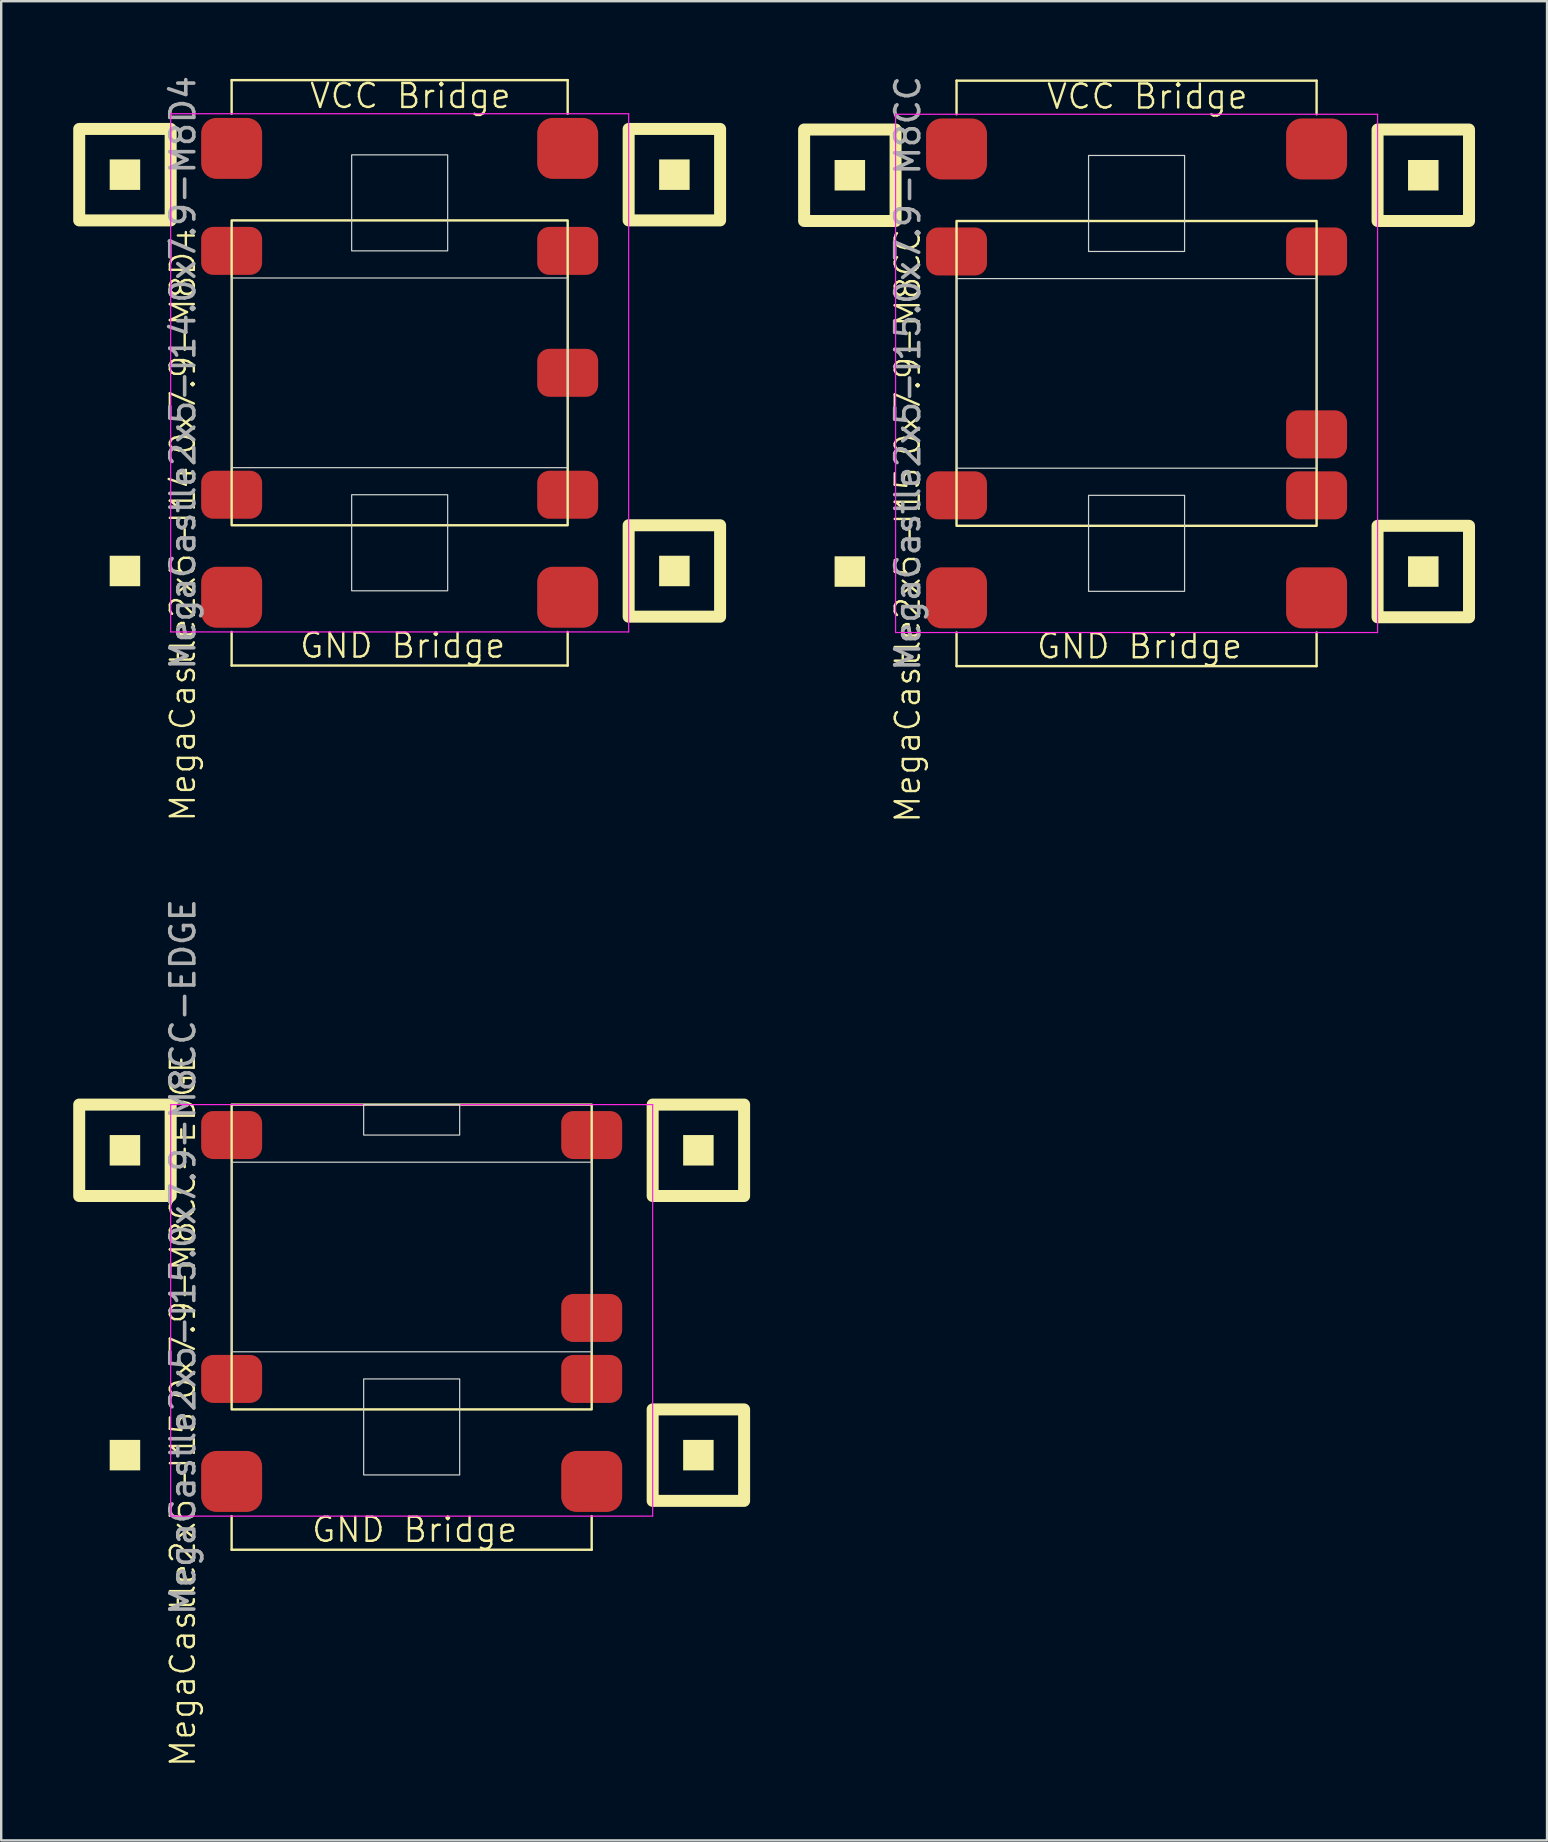
<source format=kicad_pcb>
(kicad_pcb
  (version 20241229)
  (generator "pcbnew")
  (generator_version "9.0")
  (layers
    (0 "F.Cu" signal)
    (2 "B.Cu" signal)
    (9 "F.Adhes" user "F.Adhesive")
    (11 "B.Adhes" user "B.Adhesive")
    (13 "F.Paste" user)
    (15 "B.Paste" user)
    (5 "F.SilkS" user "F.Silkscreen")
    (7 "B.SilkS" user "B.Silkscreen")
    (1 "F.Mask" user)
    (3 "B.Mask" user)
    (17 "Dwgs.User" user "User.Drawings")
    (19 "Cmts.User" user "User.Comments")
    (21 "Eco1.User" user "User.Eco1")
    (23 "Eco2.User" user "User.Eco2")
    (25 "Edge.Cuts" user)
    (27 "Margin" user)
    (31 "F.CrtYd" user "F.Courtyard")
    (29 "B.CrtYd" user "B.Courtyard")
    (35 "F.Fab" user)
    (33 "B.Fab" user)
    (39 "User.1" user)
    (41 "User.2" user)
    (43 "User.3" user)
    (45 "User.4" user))
  (footprint "MegaCastle2x5-I15.0x7.9-M8CC"
    (layer "F.Cu")
    (at 44.3 12.506)
    (property "Reference" "MegaCastle2x5-I15.0x7.9-M8CC" (at -9.532 6.35 90) (unlocked yes) (layer "F.SilkS") (effects (font (size 1 1) (thickness 0.1))))
    (attr smd)
    (fp_line (start -7.5 -12.195) (end 7.5 -12.195) (stroke (width 0.1) (type default)) (layer "F.SilkS"))
    (fp_line (start -7.5 -10.795) (end -7.5 -12.195) (stroke (width 0.1) (type default)) (layer "F.SilkS"))
    (fp_line (start -7.5 10.795) (end -7.5 12.195) (stroke (width 0.1) (type default)) (layer "F.SilkS"))
    (fp_line (start -7.5 12.195) (end 7.5 12.195) (stroke (width 0.1) (type default)) (layer "F.SilkS"))
    (fp_line (start 7.5 -10.795) (end 7.5 -12.195) (stroke (width 0.1) (type default)) (layer "F.SilkS"))
    (fp_line (start 7.5 10.795) (end 7.5 12.195) (stroke (width 0.1) (type default)) (layer "F.SilkS"))
    (fp_rect (start -11.31 -7.62) (end -12.58 -8.89) (stroke (width 0) (type solid)) (fill yes) (layer "F.SilkS"))
    (fp_rect (start -11.31 8.89) (end -12.58 7.62) (stroke (width 0) (type solid)) (fill yes) (layer "F.SilkS"))
    (fp_rect (start -10.04 -6.35) (end -13.85 -10.16) (stroke (width 0.5) (type default)) (fill no) (layer "F.SilkS"))
    (fp_rect (start -7.5 -6.35) (end 7.5 6.35) (stroke (width 0.1) (type default)) (fill no) (layer "F.SilkS"))
    (fp_rect (start 12.58 -7.62) (end 11.31 -8.89) (stroke (width 0) (type solid)) (fill yes) (layer "F.SilkS"))
    (fp_rect (start 12.58 8.89) (end 11.31 7.62) (stroke (width 0) (type solid)) (fill yes) (layer "F.SilkS"))
    (fp_rect (start 13.85 -6.35) (end 10.04 -10.16) (stroke (width 0.5) (type default)) (fill no) (layer "F.SilkS"))
    (fp_rect (start 13.85 10.16) (end 10.04 6.35) (stroke (width 0.5) (type default)) (fill no) (layer "F.SilkS"))
    (fp_rect (start -7.5 -3.95) (end 7.5 3.95) (stroke (width 0.05) (type default)) (fill no) (layer "Edge.Cuts"))
    (fp_rect (start -2 -5.08) (end 2 -9.08) (stroke (width 0.05) (type default)) (fill no) (layer "Edge.Cuts"))
    (fp_rect (start -2 5.08) (end 2 9.08) (stroke (width 0.05) (type default)) (fill no) (layer "Edge.Cuts"))
    (fp_line (start -10.04 -10.795) (end -10.04 10.795) (stroke (width 0.05) (type default)) (layer "F.CrtYd"))
    (fp_line (start -10.04 10.795) (end 10.04 10.795) (stroke (width 0.05) (type default)) (layer "F.CrtYd"))
    (fp_line (start 10.04 -10.795) (end -10.04 -10.795) (stroke (width 0.05) (type default)) (layer "F.CrtYd"))
    (fp_line (start 10.04 -10.795) (end 10.04 10.795) (stroke (width 0.05) (type default)) (layer "F.CrtYd"))
    (fp_text user "GND Bridge" (at -4.226 11.95 0) (unlocked yes) (layer "F.SilkS") (effects (font (size 1 1) (thickness 0.1)) (justify left bottom)))
    (fp_text user "VCC Bridge" (at -3.81 -10.95 0) (unlocked yes) (layer "F.SilkS") (effects (font (size 1 1) (thickness 0.1)) (justify left bottom)))
    (fp_text user "${REFERENCE}" (at -9.532 0 90) (unlocked yes) (layer "F.Fab") (effects (font (size 1 1) (thickness 0.15))))
    (pad "1" smd roundrect (at -7.5 -5.08) (size 2.54 2) (layers "F.Cu" "F.Mask" "F.Paste") (roundrect_rratio 0.25))
    (pad "5" smd roundrect (at -7.5 5.08) (size 2.54 2) (layers "F.Cu" "F.Mask" "F.Paste") (roundrect_rratio 0.25))
    (pad "6" smd roundrect (at 7.5 -5.08) (size 2.54 2) (layers "F.Cu" "F.Mask" "F.Paste") (roundrect_rratio 0.25))
    (pad "9" smd roundrect (at 7.5 2.54) (size 2.54 2) (layers "F.Cu" "F.Mask" "F.Paste") (roundrect_rratio 0.25))
    (pad "10" smd roundrect (at 7.5 5.08) (size 2.54 2) (layers "F.Cu" "F.Mask" "F.Paste") (roundrect_rratio 0.25))
    (pad "A1" smd roundrect (at -7.5 -9.35) (size 2.54 2.54) (layers "F.Cu" "F.Mask" "F.Paste") (roundrect_rratio 0.25))
    (pad "A2" smd roundrect (at 7.5 -9.35) (size 2.54 2.54) (layers "F.Cu" "F.Mask" "F.Paste") (roundrect_rratio 0.25))
    (pad "B1" smd roundrect (at -7.5 9.35) (size 2.54 2.54) (layers "F.Cu" "F.Mask" "F.Paste") (roundrect_rratio 0.25))
    (pad "B2" smd roundrect (at 7.5 9.35) (size 2.54 2.54) (layers "F.Cu" "F.Mask" "F.Paste") (roundrect_rratio 0.25)))
  (footprint "MegaCastle2x5-I14.0x7.9-M8D4"
    (layer "F.Cu")
    (at 13.6 12.482)
    (property "Reference" "MegaCastle2x5-I14.0x7.9-M8D4" (at -9.032 6.35 90) (unlocked yes) (layer "F.SilkS") (effects (font (size 1 1) (thickness 0.1))))
    (attr smd)
    (fp_line (start -7 -12.195) (end 7 -12.195) (stroke (width 0.1) (type default)) (layer "F.SilkS"))
    (fp_line (start -7 -10.795) (end -7 -12.195) (stroke (width 0.1) (type default)) (layer "F.SilkS"))
    (fp_line (start -7 10.795) (end -7 12.195) (stroke (width 0.1) (type default)) (layer "F.SilkS"))
    (fp_line (start -7 12.195) (end 7 12.195) (stroke (width 0.1) (type default)) (layer "F.SilkS"))
    (fp_line (start 7 -10.795) (end 7 -12.195) (stroke (width 0.1) (type default)) (layer "F.SilkS"))
    (fp_line (start 7 10.795) (end 7 12.195) (stroke (width 0.1) (type default)) (layer "F.SilkS"))
    (fp_rect (start -10.81 -7.62) (end -12.08 -8.89) (stroke (width 0) (type solid)) (fill yes) (layer "F.SilkS"))
    (fp_rect (start -10.81 8.89) (end -12.08 7.62) (stroke (width 0) (type solid)) (fill yes) (layer "F.SilkS"))
    (fp_rect (start -9.54 -6.35) (end -13.35 -10.16) (stroke (width 0.5) (type default)) (fill no) (layer "F.SilkS"))
    (fp_rect (start -7 -6.35) (end 7 6.35) (stroke (width 0.1) (type default)) (fill no) (layer "F.SilkS"))
    (fp_rect (start 12.08 -7.62) (end 10.81 -8.89) (stroke (width 0) (type solid)) (fill yes) (layer "F.SilkS"))
    (fp_rect (start 12.08 8.89) (end 10.81 7.62) (stroke (width 0) (type solid)) (fill yes) (layer "F.SilkS"))
    (fp_rect (start 13.35 -6.35) (end 9.54 -10.16) (stroke (width 0.5) (type default)) (fill no) (layer "F.SilkS"))
    (fp_rect (start 13.35 10.16) (end 9.54 6.35) (stroke (width 0.5) (type default)) (fill no) (layer "F.SilkS"))
    (fp_rect (start -7 -3.95) (end 7 3.95) (stroke (width 0.05) (type default)) (fill no) (layer "Edge.Cuts"))
    (fp_rect (start -2 -5.08) (end 2 -9.08) (stroke (width 0.05) (type default)) (fill no) (layer "Edge.Cuts"))
    (fp_rect (start -2 5.08) (end 2 9.08) (stroke (width 0.05) (type default)) (fill no) (layer "Edge.Cuts"))
    (fp_line (start -9.54 -10.795) (end -9.54 10.795) (stroke (width 0.05) (type default)) (layer "F.CrtYd"))
    (fp_line (start -9.54 10.795) (end 9.54 10.795) (stroke (width 0.05) (type default)) (layer "F.CrtYd"))
    (fp_line (start 9.54 -10.795) (end -9.54 -10.795) (stroke (width 0.05) (type default)) (layer "F.CrtYd"))
    (fp_line (start 9.54 -10.795) (end 9.54 10.795) (stroke (width 0.05) (type default)) (layer "F.CrtYd"))
    (fp_text user "GND Bridge" (at -4.226 11.95 0) (unlocked yes) (layer "F.SilkS") (effects (font (size 1 1) (thickness 0.1)) (justify left bottom)))
    (fp_text user "VCC Bridge" (at -3.81 -10.95 0) (unlocked yes) (layer "F.SilkS") (effects (font (size 1 1) (thickness 0.1)) (justify left bottom)))
    (fp_text user "${REFERENCE}" (at -9.032 0 90) (unlocked yes) (layer "F.Fab") (effects (font (size 1 1) (thickness 0.15))))
    (pad "1" smd roundrect (at -7 -5.08) (size 2.54 2) (layers "F.Cu" "F.Mask" "F.Paste") (roundrect_rratio 0.25))
    (pad "5" smd roundrect (at -7 5.08) (size 2.54 2) (layers "F.Cu" "F.Mask" "F.Paste") (roundrect_rratio 0.25))
    (pad "6" smd roundrect (at 7 -5.08) (size 2.54 2) (layers "F.Cu" "F.Mask" "F.Paste") (roundrect_rratio 0.25))
    (pad "8" smd roundrect (at 7 0) (size 2.54 2) (layers "F.Cu" "F.Mask" "F.Paste") (roundrect_rratio 0.25))
    (pad "10" smd roundrect (at 7 5.08) (size 2.54 2) (layers "F.Cu" "F.Mask" "F.Paste") (roundrect_rratio 0.25))
    (pad "A1" smd roundrect (at -7 -9.35) (size 2.54 2.54) (layers "F.Cu" "F.Mask" "F.Paste") (roundrect_rratio 0.25))
    (pad "A2" smd roundrect (at 7 -9.35) (size 2.54 2.54) (layers "F.Cu" "F.Mask" "F.Paste") (roundrect_rratio 0.25))
    (pad "B1" smd roundrect (at -7 9.35) (size 2.54 2.54) (layers "F.Cu" "F.Mask" "F.Paste") (roundrect_rratio 0.25))
    (pad "B2" smd roundrect (at 7 9.35) (size 2.54 2.54) (layers "F.Cu" "F.Mask" "F.Paste") (roundrect_rratio 0.25)))
  (footprint "MegaCastle2x5-I15.0x7.9-M8CC-EDGE"
    (layer "F.Cu")
    (at 14.1 49.317)
    (property "Reference" "MegaCastle2x5-I15.0x7.9-M8CC-EDGE" (at -9.532 6.35 90) (unlocked yes) (layer "F.SilkS") (effects (font (size 1 1) (thickness 0.1))))
    (attr smd)
    (fp_line (start -7.5 10.795) (end -7.5 12.195) (stroke (width 0.1) (type default)) (layer "F.SilkS"))
    (fp_line (start -7.5 12.195) (end 7.5 12.195) (stroke (width 0.1) (type default)) (layer "F.SilkS"))
    (fp_line (start 7.5 10.795) (end 7.5 12.195) (stroke (width 0.1) (type default)) (layer "F.SilkS"))
    (fp_rect (start -11.31 -3.81) (end -12.58 -5.08) (stroke (width 0) (type solid)) (fill yes) (layer "F.SilkS"))
    (fp_rect (start -11.31 8.89) (end -12.58 7.62) (stroke (width 0) (type solid)) (fill yes) (layer "F.SilkS"))
    (fp_rect (start -10.04 -2.54) (end -13.85 -6.35) (stroke (width 0.5) (type default)) (fill no) (layer "F.SilkS"))
    (fp_rect (start -7.5 -6.35) (end 7.5 6.35) (stroke (width 0.1) (type default)) (fill no) (layer "F.SilkS"))
    (fp_rect (start 12.58 -3.81) (end 11.31 -5.08) (stroke (width 0) (type solid)) (fill yes) (layer "F.SilkS"))
    (fp_rect (start 12.58 8.89) (end 11.31 7.62) (stroke (width 0) (type solid)) (fill yes) (layer "F.SilkS"))
    (fp_rect (start 13.85 -2.54) (end 10.04 -6.35) (stroke (width 0.5) (type default)) (fill no) (layer "F.SilkS"))
    (fp_rect (start 13.85 10.16) (end 10.04 6.35) (stroke (width 0.5) (type default)) (fill no) (layer "F.SilkS"))
    (fp_rect (start -7.5 -3.95) (end 7.5 3.95) (stroke (width 0.05) (type default)) (fill no) (layer "Edge.Cuts"))
    (fp_rect (start -2 -5.08) (end 2 -6.35) (stroke (width 0.05) (type default)) (fill no) (layer "Edge.Cuts"))
    (fp_rect (start -2 5.08) (end 2 9.08) (stroke (width 0.05) (type default)) (fill no) (layer "Edge.Cuts"))
    (fp_line (start -10.04 -6.35) (end -10.04 10.795) (stroke (width 0.05) (type default)) (layer "F.CrtYd"))
    (fp_line (start -10.04 10.795) (end 10.04 10.795) (stroke (width 0.05) (type default)) (layer "F.CrtYd"))
    (fp_line (start 10.04 -6.35) (end -10.04 -6.35) (stroke (width 0.05) (type default)) (layer "F.CrtYd"))
    (fp_line (start 10.04 -6.35) (end 10.04 10.795) (stroke (width 0.05) (type default)) (layer "F.CrtYd"))
    (fp_text user "GND Bridge" (at -4.226 11.95 0) (unlocked yes) (layer "F.SilkS") (effects (font (size 1 1) (thickness 0.1)) (justify left bottom)))
    (fp_text user "${REFERENCE}" (at -9.532 0 90) (unlocked yes) (layer "F.Fab") (effects (font (size 1 1) (thickness 0.15))))
    (pad "1" smd roundrect (at -7.5 -5.08) (size 2.54 2) (layers "F.Cu" "F.Mask" "F.Paste") (roundrect_rratio 0.25))
    (pad "5" smd roundrect (at -7.5 5.08) (size 2.54 2) (layers "F.Cu" "F.Mask" "F.Paste") (roundrect_rratio 0.25))
    (pad "6" smd roundrect (at 7.5 -5.08) (size 2.54 2) (layers "F.Cu" "F.Mask" "F.Paste") (roundrect_rratio 0.25))
    (pad "9" smd roundrect (at 7.5 2.54) (size 2.54 2) (layers "F.Cu" "F.Mask" "F.Paste") (roundrect_rratio 0.25))
    (pad "10" smd roundrect (at 7.5 5.08) (size 2.54 2) (layers "F.Cu" "F.Mask" "F.Paste") (roundrect_rratio 0.25))
    (pad "B1" smd roundrect (at -7.5 9.35) (size 2.54 2.54) (layers "F.Cu" "F.Mask" "F.Paste") (roundrect_rratio 0.25))
    (pad "B2" smd roundrect (at 7.5 9.35) (size 2.54 2.54) (layers "F.Cu" "F.Mask" "F.Paste") (roundrect_rratio 0.25)))
  (gr_rect
    (start -3 -3)
    (end 61.4 73.621)
    (stroke (width 0.1) (type default))
    (fill no)
    (layer "Edge.Cuts")))
</source>
